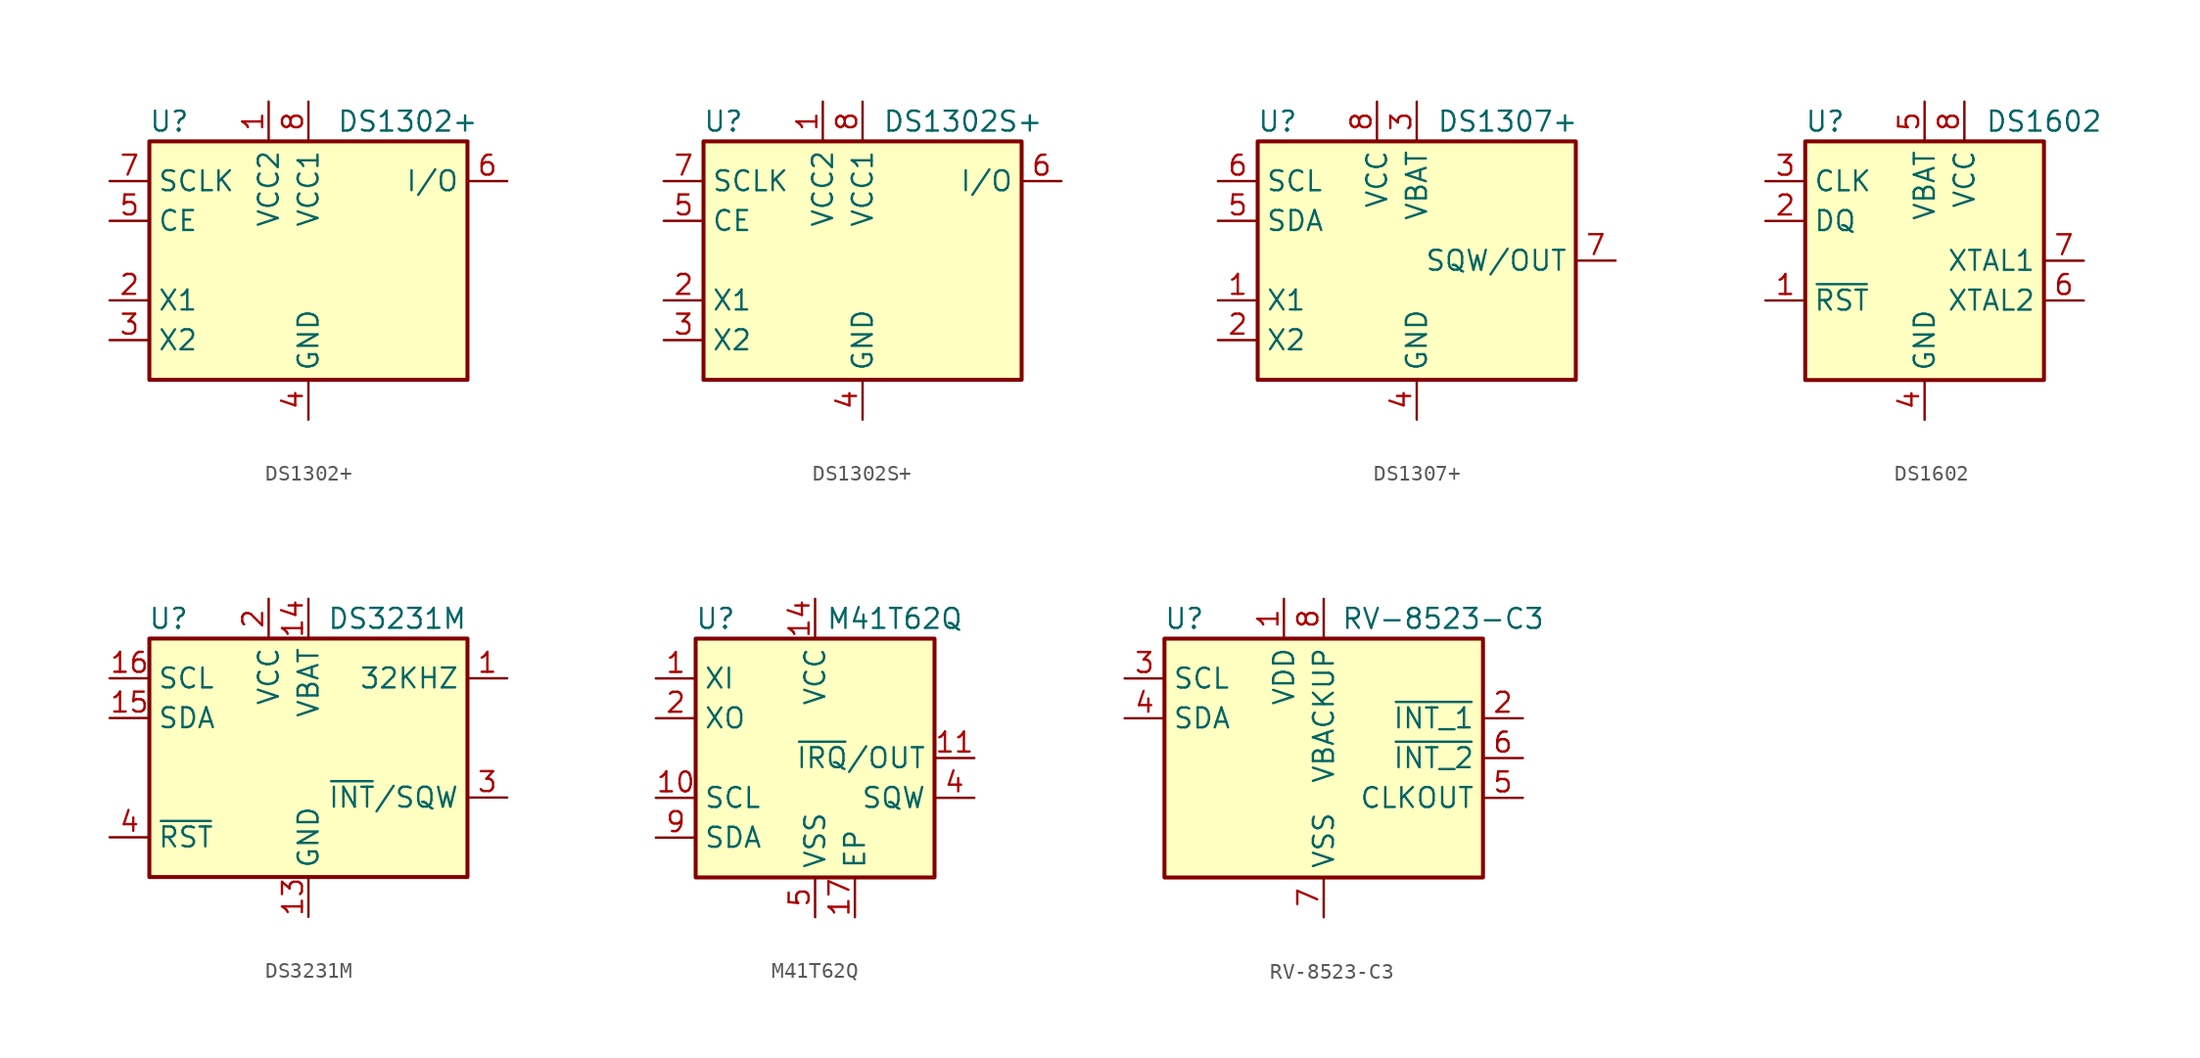
<source format=kicad_sym>
(kicad_symbol_lib
  (version 20201005)
  (generator kicad_symbol_editor)
  (symbol "DS1302+"
    (property "Reference" "U"
      (at -8.89 8.89 0)
      (effects (font (size 1.27 1.27))))
    (property "Value" "DS1302+"
      (at 6.35 8.89 0)
      (effects (font (size 1.27 1.27))))
    (symbol "DS1302+_1_1"
      (rectangle (start -10.16 7.62) (end 10.16 -7.62) (stroke (width 0.254)) (fill (type background)))
      (pin power_in line (at -2.54 10.16 270) (length 2.54) (name "VCC2" (effects (font (size 1.27 1.27)))) (number "1" (effects (font (size 1.27 1.27)))))
      (pin input line (at -12.7 -2.54 0) (length 2.54) (name "X1" (effects (font (size 1.27 1.27)))) (number "2" (effects (font (size 1.27 1.27)))))
      (pin input line (at -12.7 -5.08 0) (length 2.54) (name "X2" (effects (font (size 1.27 1.27)))) (number "3" (effects (font (size 1.27 1.27)))))
      (pin power_in line (at 0 -10.16 90) (length 2.54) (name "GND" (effects (font (size 1.27 1.27)))) (number "4" (effects (font (size 1.27 1.27)))))
      (pin input line (at -12.7 2.54 0) (length 2.54) (name "CE" (effects (font (size 1.27 1.27)))) (number "5" (effects (font (size 1.27 1.27)))))
      (pin bidirectional line (at 12.7 5.08 180) (length 2.54) (name "I/O" (effects (font (size 1.27 1.27)))) (number "6" (effects (font (size 1.27 1.27)))))
      (pin input line (at -12.7 5.08 0) (length 2.54) (name "SCLK" (effects (font (size 1.27 1.27)))) (number "7" (effects (font (size 1.27 1.27)))))
      (pin power_in line (at 0 10.16 270) (length 2.54) (name "VCC1" (effects (font (size 1.27 1.27)))) (number "8" (effects (font (size 1.27 1.27)))))))
  (symbol "DS1302S+"
    (property "Reference" "U"
      (at -8.89 8.89 0)
      (effects (font (size 1.27 1.27))))
    (property "Value" "DS1302S+"
      (at 1.27 8.89 0)
      (effects (font (size 1.27 1.27)) (justify left)))
    (symbol "DS1302S+_1_1"
      (rectangle (start -10.16 7.62) (end 10.16 -7.62) (stroke (width 0.254)) (fill (type background)))
      (pin power_in line (at -2.54 10.16 270) (length 2.54) (name "VCC2" (effects (font (size 1.27 1.27)))) (number "1" (effects (font (size 1.27 1.27)))))
      (pin input line (at -12.7 -2.54 0) (length 2.54) (name "X1" (effects (font (size 1.27 1.27)))) (number "2" (effects (font (size 1.27 1.27)))))
      (pin input line (at -12.7 -5.08 0) (length 2.54) (name "X2" (effects (font (size 1.27 1.27)))) (number "3" (effects (font (size 1.27 1.27)))))
      (pin power_in line (at 0 -10.16 90) (length 2.54) (name "GND" (effects (font (size 1.27 1.27)))) (number "4" (effects (font (size 1.27 1.27)))))
      (pin input line (at -12.7 2.54 0) (length 2.54) (name "CE" (effects (font (size 1.27 1.27)))) (number "5" (effects (font (size 1.27 1.27)))))
      (pin bidirectional line (at 12.7 5.08 180) (length 2.54) (name "I/O" (effects (font (size 1.27 1.27)))) (number "6" (effects (font (size 1.27 1.27)))))
      (pin input line (at -12.7 5.08 0) (length 2.54) (name "SCLK" (effects (font (size 1.27 1.27)))) (number "7" (effects (font (size 1.27 1.27)))))
      (pin power_in line (at 0 10.16 270) (length 2.54) (name "VCC1" (effects (font (size 1.27 1.27)))) (number "8" (effects (font (size 1.27 1.27)))))))
  (symbol "DS1307+"
    (property "Reference" "U"
      (at -8.89 8.89 0)
      (effects (font (size 1.27 1.27))))
    (property "Value" "DS1307+"
      (at 1.27 8.89 0)
      (effects (font (size 1.27 1.27)) (justify left)))
    (symbol "DS1307+_0_1"
      (rectangle (start -10.16 7.62) (end 10.16 -7.62) (stroke (width 0.254)) (fill (type background))))
    (symbol "DS1307+_1_1"
      (pin input line (at -12.7 -2.54 0) (length 2.54) (name "X1" (effects (font (size 1.27 1.27)))) (number "1" (effects (font (size 1.27 1.27)))))
      (pin input line (at -12.7 -5.08 0) (length 2.54) (name "X2" (effects (font (size 1.27 1.27)))) (number "2" (effects (font (size 1.27 1.27)))))
      (pin power_in line (at 0 10.16 270) (length 2.54) (name "VBAT" (effects (font (size 1.27 1.27)))) (number "3" (effects (font (size 1.27 1.27)))))
      (pin power_in line (at 0 -10.16 90) (length 2.54) (name "GND" (effects (font (size 1.27 1.27)))) (number "4" (effects (font (size 1.27 1.27)))))
      (pin bidirectional line (at -12.7 2.54 0) (length 2.54) (name "SDA" (effects (font (size 1.27 1.27)))) (number "5" (effects (font (size 1.27 1.27)))))
      (pin input line (at -12.7 5.08 0) (length 2.54) (name "SCL" (effects (font (size 1.27 1.27)))) (number "6" (effects (font (size 1.27 1.27)))))
      (pin open_collector line (at 12.7 0 180) (length 2.54) (name "SQW/OUT" (effects (font (size 1.27 1.27)))) (number "7" (effects (font (size 1.27 1.27)))))
      (pin power_in line (at -2.54 10.16 270) (length 2.54) (name "VCC" (effects (font (size 1.27 1.27)))) (number "8" (effects (font (size 1.27 1.27)))))))
  (symbol "DS1602"
    (property "Reference" "U"
      (at -6.35 8.89 0)
      (effects (font (size 1.27 1.27))))
    (property "Value" "DS1602"
      (at 7.62 8.89 0)
      (effects (font (size 1.27 1.27))))
    (symbol "DS1602_0_1"
      (rectangle (start -7.62 7.62) (end 7.62 -7.62) (stroke (width 0.254)) (fill (type background))))
    (symbol "DS1602_1_1"
      (pin input line (at -10.16 -2.54 0) (length 2.54) (name "~RST~" (effects (font (size 1.27 1.27)))) (number "1" (effects (font (size 1.27 1.27)))))
      (pin bidirectional line (at -10.16 2.54 0) (length 2.54) (name "DQ" (effects (font (size 1.27 1.27)))) (number "2" (effects (font (size 1.27 1.27)))))
      (pin input line (at -10.16 5.08 0) (length 2.54) (name "CLK" (effects (font (size 1.27 1.27)))) (number "3" (effects (font (size 1.27 1.27)))))
      (pin power_in line (at 0 -10.16 90) (length 2.54) (name "GND" (effects (font (size 1.27 1.27)))) (number "4" (effects (font (size 1.27 1.27)))))
      (pin power_in line (at 0 10.16 270) (length 2.54) (name "VBAT" (effects (font (size 1.27 1.27)))) (number "5" (effects (font (size 1.27 1.27)))))
      (pin passive line (at 10.16 -2.54 180) (length 2.54) (name "XTAL2" (effects (font (size 1.27 1.27)))) (number "6" (effects (font (size 1.27 1.27)))))
      (pin passive line (at 10.16 0 180) (length 2.54) (name "XTAL1" (effects (font (size 1.27 1.27)))) (number "7" (effects (font (size 1.27 1.27)))))
      (pin power_in line (at 2.54 10.16 270) (length 2.54) (name "VCC" (effects (font (size 1.27 1.27)))) (number "8" (effects (font (size 1.27 1.27)))))))
  (symbol "DS3231M"
    (property "Reference" "U"
      (at -7.62 8.89 0)
      (effects (font (size 1.27 1.27)) (justify right)))
    (property "Value" "DS3231M"
      (at 10.16 8.89 0)
      (effects (font (size 1.27 1.27)) (justify right)))
    (symbol "DS3231M_0_1"
      (rectangle (start -10.16 7.62) (end 10.16 -7.62) (stroke (width 0.254)) (fill (type background))))
    (symbol "DS3231M_1_1"
      (pin open_collector line (at 12.7 5.08 180) (length 2.54) (name "32KHZ" (effects (font (size 1.27 1.27)))) (number "1" (effects (font (size 1.27 1.27)))))
      (pin passive line (at 0 -10.16 90) (length 2.54) hide (name "GND" (effects (font (size 1.27 1.27)))) (number "10" (effects (font (size 1.27 1.27)))))
      (pin passive line (at 0 -10.16 90) (length 2.54) hide (name "GND" (effects (font (size 1.27 1.27)))) (number "11" (effects (font (size 1.27 1.27)))))
      (pin passive line (at 0 -10.16 90) (length 2.54) hide (name "GND" (effects (font (size 1.27 1.27)))) (number "12" (effects (font (size 1.27 1.27)))))
      (pin power_in line (at 0 -10.16 90) (length 2.54) (name "GND" (effects (font (size 1.27 1.27)))) (number "13" (effects (font (size 1.27 1.27)))))
      (pin power_in line (at 0 10.16 270) (length 2.54) (name "VBAT" (effects (font (size 1.27 1.27)))) (number "14" (effects (font (size 1.27 1.27)))))
      (pin bidirectional line (at -12.7 2.54 0) (length 2.54) (name "SDA" (effects (font (size 1.27 1.27)))) (number "15" (effects (font (size 1.27 1.27)))))
      (pin input line (at -12.7 5.08 0) (length 2.54) (name "SCL" (effects (font (size 1.27 1.27)))) (number "16" (effects (font (size 1.27 1.27)))))
      (pin power_in line (at -2.54 10.16 270) (length 2.54) (name "VCC" (effects (font (size 1.27 1.27)))) (number "2" (effects (font (size 1.27 1.27)))))
      (pin open_collector line (at 12.7 -2.54 180) (length 2.54) (name "~INT~/SQW" (effects (font (size 1.27 1.27)))) (number "3" (effects (font (size 1.27 1.27)))))
      (pin bidirectional line (at -12.7 -5.08 0) (length 2.54) (name "~RST" (effects (font (size 1.27 1.27)))) (number "4" (effects (font (size 1.27 1.27)))))
      (pin passive line (at 0 -10.16 90) (length 2.54) hide (name "GND" (effects (font (size 1.27 1.27)))) (number "5" (effects (font (size 1.27 1.27)))))
      (pin passive line (at 0 -10.16 90) (length 2.54) hide (name "GND" (effects (font (size 1.27 1.27)))) (number "6" (effects (font (size 1.27 1.27)))))
      (pin passive line (at 0 -10.16 90) (length 2.54) hide (name "GND" (effects (font (size 1.27 1.27)))) (number "7" (effects (font (size 1.27 1.27)))))
      (pin passive line (at 0 -10.16 90) (length 2.54) hide (name "GND" (effects (font (size 1.27 1.27)))) (number "8" (effects (font (size 1.27 1.27)))))
      (pin passive line (at 0 -10.16 90) (length 2.54) hide (name "GND" (effects (font (size 1.27 1.27)))) (number "9" (effects (font (size 1.27 1.27)))))))
  (symbol "M41T62Q"
    (property "Reference" "U"
      (at -6.35 8.89 0)
      (effects (font (size 1.27 1.27))))
    (property "Value" "M41T62Q"
      (at 5.08 8.89 0)
      (effects (font (size 1.27 1.27))))
    (symbol "M41T62Q_0_1"
      (rectangle (start -7.62 7.62) (end 7.62 -7.62) (stroke (width 0.254)) (fill (type background))))
    (symbol "M41T62Q_1_1"
      (pin input line (at -10.16 5.08 0) (length 2.54) (name "XI" (effects (font (size 1.27 1.27)))) (number "1" (effects (font (size 1.27 1.27)))))
      (pin input line (at -10.16 -2.54 0) (length 2.54) (name "SCL" (effects (font (size 1.27 1.27)))) (number "10" (effects (font (size 1.27 1.27)))))
      (pin output line (at 10.16 0 180) (length 2.54) (name "~IRQ~/OUT" (effects (font (size 1.27 1.27)))) (number "11" (effects (font (size 1.27 1.27)))))
      (pin power_in line (at 0 10.16 270) (length 2.54) (name "VCC" (effects (font (size 1.27 1.27)))) (number "14" (effects (font (size 1.27 1.27)))))
      (pin passive line (at 2.54 -10.16 90) (length 2.54) (name "EP" (effects (font (size 1.27 1.27)))) (number "17" (effects (font (size 1.27 1.27)))))
      (pin input line (at -10.16 2.54 0) (length 2.54) (name "XO" (effects (font (size 1.27 1.27)))) (number "2" (effects (font (size 1.27 1.27)))))
      (pin output line (at 10.16 -2.54 180) (length 2.54) (name "SQW" (effects (font (size 1.27 1.27)))) (number "4" (effects (font (size 1.27 1.27)))))
      (pin power_in line (at 0 -10.16 90) (length 2.54) (name "VSS" (effects (font (size 1.27 1.27)))) (number "5" (effects (font (size 1.27 1.27)))))
      (pin bidirectional line (at -10.16 -5.08 0) (length 2.54) (name "SDA" (effects (font (size 1.27 1.27)))) (number "9" (effects (font (size 1.27 1.27)))))))
  (symbol "RV-8523-C3"
    (property "Reference" "U"
      (at -8.89 8.89 0)
      (effects (font (size 1.27 1.27))))
    (property "Value" "RV-8523-C3"
      (at 7.62 8.89 0)
      (effects (font (size 1.27 1.27))))
    (symbol "RV-8523-C3_0_1"
      (rectangle (start 10.16 7.62) (end -10.16 -7.62) (stroke (width 0.254)) (fill (type background))))
    (symbol "RV-8523-C3_1_1"
      (pin power_in line (at -2.54 10.16 270) (length 2.54) (name "VDD" (effects (font (size 1.27 1.27)))) (number "1" (effects (font (size 1.27 1.27)))))
      (pin no_connect line (at -10.16 -5.08 0) (length 2.54) hide (name "NC" (effects (font (size 1.27 1.27)))) (number "10" (effects (font (size 1.27 1.27)))))
      (pin open_collector line (at 12.7 2.54 180) (length 2.54) (name "~INT_1" (effects (font (size 1.27 1.27)))) (number "2" (effects (font (size 1.27 1.27)))))
      (pin input line (at -12.7 5.08 0) (length 2.54) (name "SCL" (effects (font (size 1.27 1.27)))) (number "3" (effects (font (size 1.27 1.27)))))
      (pin bidirectional line (at -12.7 2.54 0) (length 2.54) (name "SDA" (effects (font (size 1.27 1.27)))) (number "4" (effects (font (size 1.27 1.27)))))
      (pin open_collector line (at 12.7 -2.54 180) (length 2.54) (name "CLKOUT" (effects (font (size 1.27 1.27)))) (number "5" (effects (font (size 1.27 1.27)))))
      (pin open_collector line (at 12.7 0 180) (length 2.54) (name "~INT_2" (effects (font (size 1.27 1.27)))) (number "6" (effects (font (size 1.27 1.27)))))
      (pin power_in line (at 0 -10.16 90) (length 2.54) (name "VSS" (effects (font (size 1.27 1.27)))) (number "7" (effects (font (size 1.27 1.27)))))
      (pin power_in line (at 0 10.16 270) (length 2.54) (name "VBACKUP" (effects (font (size 1.27 1.27)))) (number "8" (effects (font (size 1.27 1.27)))))
      (pin no_connect line (at -10.16 -2.54 0) (length 2.54) hide (name "NC" (effects (font (size 1.27 1.27)))) (number "9" (effects (font (size 1.27 1.27))))))))
</source>
